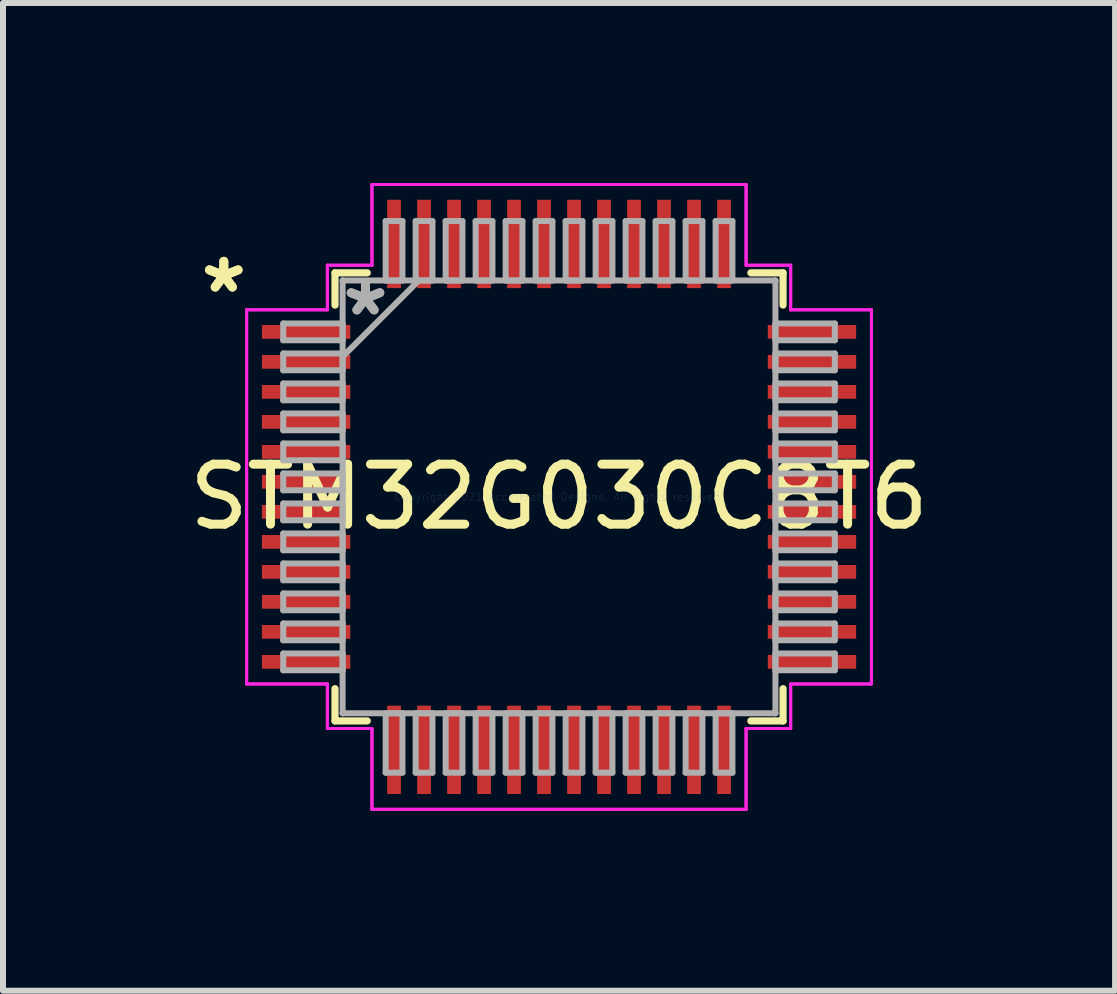
<source format=kicad_pcb>
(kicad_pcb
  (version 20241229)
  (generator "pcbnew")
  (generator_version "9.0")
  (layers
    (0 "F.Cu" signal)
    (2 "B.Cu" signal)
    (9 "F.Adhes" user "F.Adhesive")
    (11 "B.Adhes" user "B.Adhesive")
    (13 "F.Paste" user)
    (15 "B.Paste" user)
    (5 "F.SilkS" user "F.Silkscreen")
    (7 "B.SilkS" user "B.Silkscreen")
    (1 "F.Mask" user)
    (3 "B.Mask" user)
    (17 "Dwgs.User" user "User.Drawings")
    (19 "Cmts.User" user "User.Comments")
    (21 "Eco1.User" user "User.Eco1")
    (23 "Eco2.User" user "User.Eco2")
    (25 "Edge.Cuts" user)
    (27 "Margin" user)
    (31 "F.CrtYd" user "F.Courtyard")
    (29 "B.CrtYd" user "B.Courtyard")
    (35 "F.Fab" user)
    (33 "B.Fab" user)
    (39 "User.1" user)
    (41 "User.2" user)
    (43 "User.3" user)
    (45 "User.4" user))
  (footprint "STM32G030C8T6"
    (layer "F.Cu")
    (at 6.268 5.232)
    (property "Reference" "STM32G030C8T6" (at 0 0 0) (layer "F.SilkS") (effects (font (size 1 1) (thickness 0.15))))
    (attr through_hole)
    (fp_line (start -3.734 -3.734) (end -3.734 -3.197) (stroke (width 0.12) (type solid)) (layer "F.SilkS"))
    (fp_line (start -3.734 3.197) (end -3.734 3.734) (stroke (width 0.12) (type solid)) (layer "F.SilkS"))
    (fp_line (start -3.734 3.734) (end -3.197 3.734) (stroke (width 0.12) (type solid)) (layer "F.SilkS"))
    (fp_line (start -3.197 -3.734) (end -3.734 -3.734) (stroke (width 0.12) (type solid)) (layer "F.SilkS"))
    (fp_line (start 3.197 3.734) (end 3.734 3.734) (stroke (width 0.12) (type solid)) (layer "F.SilkS"))
    (fp_line (start 3.734 -3.734) (end 3.197 -3.734) (stroke (width 0.12) (type solid)) (layer "F.SilkS"))
    (fp_line (start 3.734 -3.197) (end 3.734 -3.734) (stroke (width 0.12) (type solid)) (layer "F.SilkS"))
    (fp_line (start 3.734 3.734) (end 3.734 3.197) (stroke (width 0.12) (type solid)) (layer "F.SilkS"))
    (fp_line (start -5.207 -3.118) (end -3.861 -3.118) (stroke (width 0.05) (type solid)) (layer "F.CrtYd"))
    (fp_line (start -5.207 -3.118) (end -3.861 -3.118) (stroke (width 0.05) (type solid)) (layer "F.CrtYd"))
    (fp_line (start -5.207 3.118) (end -5.207 -3.118) (stroke (width 0.05) (type solid)) (layer "F.CrtYd"))
    (fp_line (start -5.207 3.118) (end -5.207 -3.118) (stroke (width 0.05) (type solid)) (layer "F.CrtYd"))
    (fp_line (start -3.861 -3.861) (end -3.118 -3.861) (stroke (width 0.05) (type solid)) (layer "F.CrtYd"))
    (fp_line (start -3.861 -3.861) (end -3.118 -3.861) (stroke (width 0.05) (type solid)) (layer "F.CrtYd"))
    (fp_line (start -3.861 -3.118) (end -3.861 -3.861) (stroke (width 0.05) (type solid)) (layer "F.CrtYd"))
    (fp_line (start -3.861 -3.118) (end -3.861 -3.861) (stroke (width 0.05) (type solid)) (layer "F.CrtYd"))
    (fp_line (start -3.861 3.118) (end -5.207 3.118) (stroke (width 0.05) (type solid)) (layer "F.CrtYd"))
    (fp_line (start -3.861 3.118) (end -5.207 3.118) (stroke (width 0.05) (type solid)) (layer "F.CrtYd"))
    (fp_line (start -3.861 3.861) (end -3.861 3.118) (stroke (width 0.05) (type solid)) (layer "F.CrtYd"))
    (fp_line (start -3.861 3.861) (end -3.861 3.118) (stroke (width 0.05) (type solid)) (layer "F.CrtYd"))
    (fp_line (start -3.861 3.861) (end -3.118 3.861) (stroke (width 0.05) (type solid)) (layer "F.CrtYd"))
    (fp_line (start -3.118 -5.207) (end 3.118 -5.207) (stroke (width 0.05) (type solid)) (layer "F.CrtYd"))
    (fp_line (start -3.118 -5.207) (end 3.118 -5.207) (stroke (width 0.05) (type solid)) (layer "F.CrtYd"))
    (fp_line (start -3.118 -3.861) (end -3.118 -5.207) (stroke (width 0.05) (type solid)) (layer "F.CrtYd"))
    (fp_line (start -3.118 -3.861) (end -3.118 -5.207) (stroke (width 0.05) (type solid)) (layer "F.CrtYd"))
    (fp_line (start -3.118 3.861) (end -3.861 3.861) (stroke (width 0.05) (type solid)) (layer "F.CrtYd"))
    (fp_line (start -3.118 3.861) (end -3.118 5.207) (stroke (width 0.05) (type solid)) (layer "F.CrtYd"))
    (fp_line (start -3.118 5.207) (end -3.118 3.861) (stroke (width 0.05) (type solid)) (layer "F.CrtYd"))
    (fp_line (start -3.118 5.207) (end 3.118 5.207) (stroke (width 0.05) (type solid)) (layer "F.CrtYd"))
    (fp_line (start 3.118 -5.207) (end 3.118 -3.861) (stroke (width 0.05) (type solid)) (layer "F.CrtYd"))
    (fp_line (start 3.118 -5.207) (end 3.118 -3.861) (stroke (width 0.05) (type solid)) (layer "F.CrtYd"))
    (fp_line (start 3.118 -3.861) (end 3.861 -3.861) (stroke (width 0.05) (type solid)) (layer "F.CrtYd"))
    (fp_line (start 3.118 -3.861) (end 3.861 -3.861) (stroke (width 0.05) (type solid)) (layer "F.CrtYd"))
    (fp_line (start 3.118 3.861) (end 3.118 5.207) (stroke (width 0.05) (type solid)) (layer "F.CrtYd"))
    (fp_line (start 3.118 3.861) (end 3.861 3.861) (stroke (width 0.05) (type solid)) (layer "F.CrtYd"))
    (fp_line (start 3.118 5.207) (end -3.118 5.207) (stroke (width 0.05) (type solid)) (layer "F.CrtYd"))
    (fp_line (start 3.118 5.207) (end 3.118 3.861) (stroke (width 0.05) (type solid)) (layer "F.CrtYd"))
    (fp_line (start 3.861 -3.861) (end 3.861 -3.118) (stroke (width 0.05) (type solid)) (layer "F.CrtYd"))
    (fp_line (start 3.861 -3.118) (end 3.861 -3.861) (stroke (width 0.05) (type solid)) (layer "F.CrtYd"))
    (fp_line (start 3.861 -3.118) (end 5.207 -3.118) (stroke (width 0.05) (type solid)) (layer "F.CrtYd"))
    (fp_line (start 3.861 3.118) (end 3.861 3.861) (stroke (width 0.05) (type solid)) (layer "F.CrtYd"))
    (fp_line (start 3.861 3.118) (end 5.207 3.118) (stroke (width 0.05) (type solid)) (layer "F.CrtYd"))
    (fp_line (start 3.861 3.861) (end 3.118 3.861) (stroke (width 0.05) (type solid)) (layer "F.CrtYd"))
    (fp_line (start 3.861 3.861) (end 3.861 3.118) (stroke (width 0.05) (type solid)) (layer "F.CrtYd"))
    (fp_line (start 5.207 -3.118) (end 3.861 -3.118) (stroke (width 0.05) (type solid)) (layer "F.CrtYd"))
    (fp_line (start 5.207 -3.118) (end 5.207 3.118) (stroke (width 0.05) (type solid)) (layer "F.CrtYd"))
    (fp_line (start 5.207 3.118) (end 3.861 3.118) (stroke (width 0.05) (type solid)) (layer "F.CrtYd"))
    (fp_line (start 5.207 3.118) (end 5.207 -3.118) (stroke (width 0.05) (type solid)) (layer "F.CrtYd"))
    (fp_line (start -4.597 -2.89) (end -4.597 -2.61) (stroke (width 0.1) (type solid)) (layer "F.Fab"))
    (fp_line (start -4.597 -2.61) (end -3.607 -2.61) (stroke (width 0.1) (type solid)) (layer "F.Fab"))
    (fp_line (start -4.597 -2.39) (end -4.597 -2.11) (stroke (width 0.1) (type solid)) (layer "F.Fab"))
    (fp_line (start -4.597 -2.11) (end -3.607 -2.11) (stroke (width 0.1) (type solid)) (layer "F.Fab"))
    (fp_line (start -4.597 -1.89) (end -4.597 -1.61) (stroke (width 0.1) (type solid)) (layer "F.Fab"))
    (fp_line (start -4.597 -1.61) (end -3.607 -1.61) (stroke (width 0.1) (type solid)) (layer "F.Fab"))
    (fp_line (start -4.597 -1.39) (end -4.597 -1.11) (stroke (width 0.1) (type solid)) (layer "F.Fab"))
    (fp_line (start -4.597 -1.11) (end -3.607 -1.11) (stroke (width 0.1) (type solid)) (layer "F.Fab"))
    (fp_line (start -4.597 -0.89) (end -4.597 -0.61) (stroke (width 0.1) (type solid)) (layer "F.Fab"))
    (fp_line (start -4.597 -0.61) (end -3.607 -0.61) (stroke (width 0.1) (type solid)) (layer "F.Fab"))
    (fp_line (start -4.597 -0.39) (end -4.597 -0.11) (stroke (width 0.1) (type solid)) (layer "F.Fab"))
    (fp_line (start -4.597 -0.11) (end -3.607 -0.11) (stroke (width 0.1) (type solid)) (layer "F.Fab"))
    (fp_line (start -4.597 0.11) (end -4.597 0.39) (stroke (width 0.1) (type solid)) (layer "F.Fab"))
    (fp_line (start -4.597 0.39) (end -3.607 0.39) (stroke (width 0.1) (type solid)) (layer "F.Fab"))
    (fp_line (start -4.597 0.61) (end -4.597 0.89) (stroke (width 0.1) (type solid)) (layer "F.Fab"))
    (fp_line (start -4.597 0.89) (end -3.607 0.89) (stroke (width 0.1) (type solid)) (layer "F.Fab"))
    (fp_line (start -4.597 1.11) (end -4.597 1.39) (stroke (width 0.1) (type solid)) (layer "F.Fab"))
    (fp_line (start -4.597 1.39) (end -3.607 1.39) (stroke (width 0.1) (type solid)) (layer "F.Fab"))
    (fp_line (start -4.597 1.61) (end -4.597 1.89) (stroke (width 0.1) (type solid)) (layer "F.Fab"))
    (fp_line (start -4.597 1.89) (end -3.607 1.89) (stroke (width 0.1) (type solid)) (layer "F.Fab"))
    (fp_line (start -4.597 2.11) (end -4.597 2.39) (stroke (width 0.1) (type solid)) (layer "F.Fab"))
    (fp_line (start -4.597 2.39) (end -3.607 2.39) (stroke (width 0.1) (type solid)) (layer "F.Fab"))
    (fp_line (start -4.597 2.61) (end -4.597 2.89) (stroke (width 0.1) (type solid)) (layer "F.Fab"))
    (fp_line (start -4.597 2.89) (end -3.607 2.89) (stroke (width 0.1) (type solid)) (layer "F.Fab"))
    (fp_line (start -3.607 -3.607) (end -3.607 -3.607) (stroke (width 0.1) (type solid)) (layer "F.Fab"))
    (fp_line (start -3.607 -3.607) (end -3.607 3.607) (stroke (width 0.1) (type solid)) (layer "F.Fab"))
    (fp_line (start -3.607 -2.89) (end -4.597 -2.89) (stroke (width 0.1) (type solid)) (layer "F.Fab"))
    (fp_line (start -3.607 -2.61) (end -3.607 -2.89) (stroke (width 0.1) (type solid)) (layer "F.Fab"))
    (fp_line (start -3.607 -2.39) (end -4.597 -2.39) (stroke (width 0.1) (type solid)) (layer "F.Fab"))
    (fp_line (start -3.607 -2.337) (end -2.337 -3.607) (stroke (width 0.1) (type solid)) (layer "F.Fab"))
    (fp_line (start -3.607 -2.11) (end -3.607 -2.39) (stroke (width 0.1) (type solid)) (layer "F.Fab"))
    (fp_line (start -3.607 -1.89) (end -4.597 -1.89) (stroke (width 0.1) (type solid)) (layer "F.Fab"))
    (fp_line (start -3.607 -1.61) (end -3.607 -1.89) (stroke (width 0.1) (type solid)) (layer "F.Fab"))
    (fp_line (start -3.607 -1.39) (end -4.597 -1.39) (stroke (width 0.1) (type solid)) (layer "F.Fab"))
    (fp_line (start -3.607 -1.11) (end -3.607 -1.39) (stroke (width 0.1) (type solid)) (layer "F.Fab"))
    (fp_line (start -3.607 -0.89) (end -4.597 -0.89) (stroke (width 0.1) (type solid)) (layer "F.Fab"))
    (fp_line (start -3.607 -0.61) (end -3.607 -0.89) (stroke (width 0.1) (type solid)) (layer "F.Fab"))
    (fp_line (start -3.607 -0.39) (end -4.597 -0.39) (stroke (width 0.1) (type solid)) (layer "F.Fab"))
    (fp_line (start -3.607 -0.11) (end -3.607 -0.39) (stroke (width 0.1) (type solid)) (layer "F.Fab"))
    (fp_line (start -3.607 0.11) (end -4.597 0.11) (stroke (width 0.1) (type solid)) (layer "F.Fab"))
    (fp_line (start -3.607 0.39) (end -3.607 0.11) (stroke (width 0.1) (type solid)) (layer "F.Fab"))
    (fp_line (start -3.607 0.61) (end -4.597 0.61) (stroke (width 0.1) (type solid)) (layer "F.Fab"))
    (fp_line (start -3.607 0.89) (end -3.607 0.61) (stroke (width 0.1) (type solid)) (layer "F.Fab"))
    (fp_line (start -3.607 1.11) (end -4.597 1.11) (stroke (width 0.1) (type solid)) (layer "F.Fab"))
    (fp_line (start -3.607 1.39) (end -3.607 1.11) (stroke (width 0.1) (type solid)) (layer "F.Fab"))
    (fp_line (start -3.607 1.61) (end -4.597 1.61) (stroke (width 0.1) (type solid)) (layer "F.Fab"))
    (fp_line (start -3.607 1.89) (end -3.607 1.61) (stroke (width 0.1) (type solid)) (layer "F.Fab"))
    (fp_line (start -3.607 2.11) (end -4.597 2.11) (stroke (width 0.1) (type solid)) (layer "F.Fab"))
    (fp_line (start -3.607 2.39) (end -3.607 2.11) (stroke (width 0.1) (type solid)) (layer "F.Fab"))
    (fp_line (start -3.607 2.61) (end -4.597 2.61) (stroke (width 0.1) (type solid)) (layer "F.Fab"))
    (fp_line (start -3.607 2.89) (end -3.607 2.61) (stroke (width 0.1) (type solid)) (layer "F.Fab"))
    (fp_line (start -3.607 3.607) (end -3.607 3.607) (stroke (width 0.1) (type solid)) (layer "F.Fab"))
    (fp_line (start -3.607 3.607) (end 3.607 3.607) (stroke (width 0.1) (type solid)) (layer "F.Fab"))
    (fp_line (start -2.89 -4.597) (end -2.89 -3.607) (stroke (width 0.1) (type solid)) (layer "F.Fab"))
    (fp_line (start -2.89 -3.607) (end -2.61 -3.607) (stroke (width 0.1) (type solid)) (layer "F.Fab"))
    (fp_line (start -2.89 3.607) (end -2.89 4.597) (stroke (width 0.1) (type solid)) (layer "F.Fab"))
    (fp_line (start -2.89 4.597) (end -2.61 4.597) (stroke (width 0.1) (type solid)) (layer "F.Fab"))
    (fp_line (start -2.61 -4.597) (end -2.89 -4.597) (stroke (width 0.1) (type solid)) (layer "F.Fab"))
    (fp_line (start -2.61 -3.607) (end -2.61 -4.597) (stroke (width 0.1) (type solid)) (layer "F.Fab"))
    (fp_line (start -2.61 3.607) (end -2.89 3.607) (stroke (width 0.1) (type solid)) (layer "F.Fab"))
    (fp_line (start -2.61 4.597) (end -2.61 3.607) (stroke (width 0.1) (type solid)) (layer "F.Fab"))
    (fp_line (start -2.39 -4.597) (end -2.39 -3.607) (stroke (width 0.1) (type solid)) (layer "F.Fab"))
    (fp_line (start -2.39 -3.607) (end -2.11 -3.607) (stroke (width 0.1) (type solid)) (layer "F.Fab"))
    (fp_line (start -2.39 3.607) (end -2.39 4.597) (stroke (width 0.1) (type solid)) (layer "F.Fab"))
    (fp_line (start -2.39 4.597) (end -2.11 4.597) (stroke (width 0.1) (type solid)) (layer "F.Fab"))
    (fp_line (start -2.11 -4.597) (end -2.39 -4.597) (stroke (width 0.1) (type solid)) (layer "F.Fab"))
    (fp_line (start -2.11 -3.607) (end -2.11 -4.597) (stroke (width 0.1) (type solid)) (layer "F.Fab"))
    (fp_line (start -2.11 3.607) (end -2.39 3.607) (stroke (width 0.1) (type solid)) (layer "F.Fab"))
    (fp_line (start -2.11 4.597) (end -2.11 3.607) (stroke (width 0.1) (type solid)) (layer "F.Fab"))
    (fp_line (start -1.89 -4.597) (end -1.89 -3.607) (stroke (width 0.1) (type solid)) (layer "F.Fab"))
    (fp_line (start -1.89 -3.607) (end -1.61 -3.607) (stroke (width 0.1) (type solid)) (layer "F.Fab"))
    (fp_line (start -1.89 3.607) (end -1.89 4.597) (stroke (width 0.1) (type solid)) (layer "F.Fab"))
    (fp_line (start -1.89 4.597) (end -1.61 4.597) (stroke (width 0.1) (type solid)) (layer "F.Fab"))
    (fp_line (start -1.61 -4.597) (end -1.89 -4.597) (stroke (width 0.1) (type solid)) (layer "F.Fab"))
    (fp_line (start -1.61 -3.607) (end -1.61 -4.597) (stroke (width 0.1) (type solid)) (layer "F.Fab"))
    (fp_line (start -1.61 3.607) (end -1.89 3.607) (stroke (width 0.1) (type solid)) (layer "F.Fab"))
    (fp_line (start -1.61 4.597) (end -1.61 3.607) (stroke (width 0.1) (type solid)) (layer "F.Fab"))
    (fp_line (start -1.39 -4.597) (end -1.39 -3.607) (stroke (width 0.1) (type solid)) (layer "F.Fab"))
    (fp_line (start -1.39 -3.607) (end -1.11 -3.607) (stroke (width 0.1) (type solid)) (layer "F.Fab"))
    (fp_line (start -1.39 3.607) (end -1.39 4.597) (stroke (width 0.1) (type solid)) (layer "F.Fab"))
    (fp_line (start -1.39 4.597) (end -1.11 4.597) (stroke (width 0.1) (type solid)) (layer "F.Fab"))
    (fp_line (start -1.11 -4.597) (end -1.39 -4.597) (stroke (width 0.1) (type solid)) (layer "F.Fab"))
    (fp_line (start -1.11 -3.607) (end -1.11 -4.597) (stroke (width 0.1) (type solid)) (layer "F.Fab"))
    (fp_line (start -1.11 3.607) (end -1.39 3.607) (stroke (width 0.1) (type solid)) (layer "F.Fab"))
    (fp_line (start -1.11 4.597) (end -1.11 3.607) (stroke (width 0.1) (type solid)) (layer "F.Fab"))
    (fp_line (start -0.89 -4.597) (end -0.89 -3.607) (stroke (width 0.1) (type solid)) (layer "F.Fab"))
    (fp_line (start -0.89 -3.607) (end -0.61 -3.607) (stroke (width 0.1) (type solid)) (layer "F.Fab"))
    (fp_line (start -0.89 3.607) (end -0.89 4.597) (stroke (width 0.1) (type solid)) (layer "F.Fab"))
    (fp_line (start -0.89 4.597) (end -0.61 4.597) (stroke (width 0.1) (type solid)) (layer "F.Fab"))
    (fp_line (start -0.61 -4.597) (end -0.89 -4.597) (stroke (width 0.1) (type solid)) (layer "F.Fab"))
    (fp_line (start -0.61 -3.607) (end -0.61 -4.597) (stroke (width 0.1) (type solid)) (layer "F.Fab"))
    (fp_line (start -0.61 3.607) (end -0.89 3.607) (stroke (width 0.1) (type solid)) (layer "F.Fab"))
    (fp_line (start -0.61 4.597) (end -0.61 3.607) (stroke (width 0.1) (type solid)) (layer "F.Fab"))
    (fp_line (start -0.39 -4.597) (end -0.39 -3.607) (stroke (width 0.1) (type solid)) (layer "F.Fab"))
    (fp_line (start -0.39 -3.607) (end -0.11 -3.607) (stroke (width 0.1) (type solid)) (layer "F.Fab"))
    (fp_line (start -0.39 3.607) (end -0.39 4.597) (stroke (width 0.1) (type solid)) (layer "F.Fab"))
    (fp_line (start -0.39 4.597) (end -0.11 4.597) (stroke (width 0.1) (type solid)) (layer "F.Fab"))
    (fp_line (start -0.11 -4.597) (end -0.39 -4.597) (stroke (width 0.1) (type solid)) (layer "F.Fab"))
    (fp_line (start -0.11 -3.607) (end -0.11 -4.597) (stroke (width 0.1) (type solid)) (layer "F.Fab"))
    (fp_line (start -0.11 3.607) (end -0.39 3.607) (stroke (width 0.1) (type solid)) (layer "F.Fab"))
    (fp_line (start -0.11 4.597) (end -0.11 3.607) (stroke (width 0.1) (type solid)) (layer "F.Fab"))
    (fp_line (start 0.11 -4.597) (end 0.11 -3.607) (stroke (width 0.1) (type solid)) (layer "F.Fab"))
    (fp_line (start 0.11 -3.607) (end 0.39 -3.607) (stroke (width 0.1) (type solid)) (layer "F.Fab"))
    (fp_line (start 0.11 3.607) (end 0.11 4.597) (stroke (width 0.1) (type solid)) (layer "F.Fab"))
    (fp_line (start 0.11 4.597) (end 0.39 4.597) (stroke (width 0.1) (type solid)) (layer "F.Fab"))
    (fp_line (start 0.39 -4.597) (end 0.11 -4.597) (stroke (width 0.1) (type solid)) (layer "F.Fab"))
    (fp_line (start 0.39 -3.607) (end 0.39 -4.597) (stroke (width 0.1) (type solid)) (layer "F.Fab"))
    (fp_line (start 0.39 3.607) (end 0.11 3.607) (stroke (width 0.1) (type solid)) (layer "F.Fab"))
    (fp_line (start 0.39 4.597) (end 0.39 3.607) (stroke (width 0.1) (type solid)) (layer "F.Fab"))
    (fp_line (start 0.61 -4.597) (end 0.61 -3.607) (stroke (width 0.1) (type solid)) (layer "F.Fab"))
    (fp_line (start 0.61 -3.607) (end 0.89 -3.607) (stroke (width 0.1) (type solid)) (layer "F.Fab"))
    (fp_line (start 0.61 3.607) (end 0.61 4.597) (stroke (width 0.1) (type solid)) (layer "F.Fab"))
    (fp_line (start 0.61 4.597) (end 0.89 4.597) (stroke (width 0.1) (type solid)) (layer "F.Fab"))
    (fp_line (start 0.89 -4.597) (end 0.61 -4.597) (stroke (width 0.1) (type solid)) (layer "F.Fab"))
    (fp_line (start 0.89 -3.607) (end 0.89 -4.597) (stroke (width 0.1) (type solid)) (layer "F.Fab"))
    (fp_line (start 0.89 3.607) (end 0.61 3.607) (stroke (width 0.1) (type solid)) (layer "F.Fab"))
    (fp_line (start 0.89 4.597) (end 0.89 3.607) (stroke (width 0.1) (type solid)) (layer "F.Fab"))
    (fp_line (start 1.11 -4.597) (end 1.11 -3.607) (stroke (width 0.1) (type solid)) (layer "F.Fab"))
    (fp_line (start 1.11 -3.607) (end 1.39 -3.607) (stroke (width 0.1) (type solid)) (layer "F.Fab"))
    (fp_line (start 1.11 3.607) (end 1.11 4.597) (stroke (width 0.1) (type solid)) (layer "F.Fab"))
    (fp_line (start 1.11 4.597) (end 1.39 4.597) (stroke (width 0.1) (type solid)) (layer "F.Fab"))
    (fp_line (start 1.39 -4.597) (end 1.11 -4.597) (stroke (width 0.1) (type solid)) (layer "F.Fab"))
    (fp_line (start 1.39 -3.607) (end 1.39 -4.597) (stroke (width 0.1) (type solid)) (layer "F.Fab"))
    (fp_line (start 1.39 3.607) (end 1.11 3.607) (stroke (width 0.1) (type solid)) (layer "F.Fab"))
    (fp_line (start 1.39 4.597) (end 1.39 3.607) (stroke (width 0.1) (type solid)) (layer "F.Fab"))
    (fp_line (start 1.61 -4.597) (end 1.61 -3.607) (stroke (width 0.1) (type solid)) (layer "F.Fab"))
    (fp_line (start 1.61 -3.607) (end 1.89 -3.607) (stroke (width 0.1) (type solid)) (layer "F.Fab"))
    (fp_line (start 1.61 3.607) (end 1.61 4.597) (stroke (width 0.1) (type solid)) (layer "F.Fab"))
    (fp_line (start 1.61 4.597) (end 1.89 4.597) (stroke (width 0.1) (type solid)) (layer "F.Fab"))
    (fp_line (start 1.89 -4.597) (end 1.61 -4.597) (stroke (width 0.1) (type solid)) (layer "F.Fab"))
    (fp_line (start 1.89 -3.607) (end 1.89 -4.597) (stroke (width 0.1) (type solid)) (layer "F.Fab"))
    (fp_line (start 1.89 3.607) (end 1.61 3.607) (stroke (width 0.1) (type solid)) (layer "F.Fab"))
    (fp_line (start 1.89 4.597) (end 1.89 3.607) (stroke (width 0.1) (type solid)) (layer "F.Fab"))
    (fp_line (start 2.11 -4.597) (end 2.11 -3.607) (stroke (width 0.1) (type solid)) (layer "F.Fab"))
    (fp_line (start 2.11 -3.607) (end 2.39 -3.607) (stroke (width 0.1) (type solid)) (layer "F.Fab"))
    (fp_line (start 2.11 3.607) (end 2.11 4.597) (stroke (width 0.1) (type solid)) (layer "F.Fab"))
    (fp_line (start 2.11 4.597) (end 2.39 4.597) (stroke (width 0.1) (type solid)) (layer "F.Fab"))
    (fp_line (start 2.39 -4.597) (end 2.11 -4.597) (stroke (width 0.1) (type solid)) (layer "F.Fab"))
    (fp_line (start 2.39 -3.607) (end 2.39 -4.597) (stroke (width 0.1) (type solid)) (layer "F.Fab"))
    (fp_line (start 2.39 3.607) (end 2.11 3.607) (stroke (width 0.1) (type solid)) (layer "F.Fab"))
    (fp_line (start 2.39 4.597) (end 2.39 3.607) (stroke (width 0.1) (type solid)) (layer "F.Fab"))
    (fp_line (start 2.61 -4.597) (end 2.61 -3.607) (stroke (width 0.1) (type solid)) (layer "F.Fab"))
    (fp_line (start 2.61 -3.607) (end 2.89 -3.607) (stroke (width 0.1) (type solid)) (layer "F.Fab"))
    (fp_line (start 2.61 3.607) (end 2.61 4.597) (stroke (width 0.1) (type solid)) (layer "F.Fab"))
    (fp_line (start 2.61 4.597) (end 2.89 4.597) (stroke (width 0.1) (type solid)) (layer "F.Fab"))
    (fp_line (start 2.89 -4.597) (end 2.61 -4.597) (stroke (width 0.1) (type solid)) (layer "F.Fab"))
    (fp_line (start 2.89 -3.607) (end 2.89 -4.597) (stroke (width 0.1) (type solid)) (layer "F.Fab"))
    (fp_line (start 2.89 3.607) (end 2.61 3.607) (stroke (width 0.1) (type solid)) (layer "F.Fab"))
    (fp_line (start 2.89 4.597) (end 2.89 3.607) (stroke (width 0.1) (type solid)) (layer "F.Fab"))
    (fp_line (start 3.607 -3.607) (end -3.607 -3.607) (stroke (width 0.1) (type solid)) (layer "F.Fab"))
    (fp_line (start 3.607 -3.607) (end 3.607 -3.607) (stroke (width 0.1) (type solid)) (layer "F.Fab"))
    (fp_line (start 3.607 -2.89) (end 3.607 -2.61) (stroke (width 0.1) (type solid)) (layer "F.Fab"))
    (fp_line (start 3.607 -2.61) (end 4.597 -2.61) (stroke (width 0.1) (type solid)) (layer "F.Fab"))
    (fp_line (start 3.607 -2.39) (end 3.607 -2.11) (stroke (width 0.1) (type solid)) (layer "F.Fab"))
    (fp_line (start 3.607 -2.11) (end 4.597 -2.11) (stroke (width 0.1) (type solid)) (layer "F.Fab"))
    (fp_line (start 3.607 -1.89) (end 3.607 -1.61) (stroke (width 0.1) (type solid)) (layer "F.Fab"))
    (fp_line (start 3.607 -1.61) (end 4.597 -1.61) (stroke (width 0.1) (type solid)) (layer "F.Fab"))
    (fp_line (start 3.607 -1.39) (end 3.607 -1.11) (stroke (width 0.1) (type solid)) (layer "F.Fab"))
    (fp_line (start 3.607 -1.11) (end 4.597 -1.11) (stroke (width 0.1) (type solid)) (layer "F.Fab"))
    (fp_line (start 3.607 -0.89) (end 3.607 -0.61) (stroke (width 0.1) (type solid)) (layer "F.Fab"))
    (fp_line (start 3.607 -0.61) (end 4.597 -0.61) (stroke (width 0.1) (type solid)) (layer "F.Fab"))
    (fp_line (start 3.607 -0.39) (end 3.607 -0.11) (stroke (width 0.1) (type solid)) (layer "F.Fab"))
    (fp_line (start 3.607 -0.11) (end 4.597 -0.11) (stroke (width 0.1) (type solid)) (layer "F.Fab"))
    (fp_line (start 3.607 0.11) (end 3.607 0.39) (stroke (width 0.1) (type solid)) (layer "F.Fab"))
    (fp_line (start 3.607 0.39) (end 4.597 0.39) (stroke (width 0.1) (type solid)) (layer "F.Fab"))
    (fp_line (start 3.607 0.61) (end 3.607 0.89) (stroke (width 0.1) (type solid)) (layer "F.Fab"))
    (fp_line (start 3.607 0.89) (end 4.597 0.89) (stroke (width 0.1) (type solid)) (layer "F.Fab"))
    (fp_line (start 3.607 1.11) (end 3.607 1.39) (stroke (width 0.1) (type solid)) (layer "F.Fab"))
    (fp_line (start 3.607 1.39) (end 4.597 1.39) (stroke (width 0.1) (type solid)) (layer "F.Fab"))
    (fp_line (start 3.607 1.61) (end 3.607 1.89) (stroke (width 0.1) (type solid)) (layer "F.Fab"))
    (fp_line (start 3.607 1.89) (end 4.597 1.89) (stroke (width 0.1) (type solid)) (layer "F.Fab"))
    (fp_line (start 3.607 2.11) (end 3.607 2.39) (stroke (width 0.1) (type solid)) (layer "F.Fab"))
    (fp_line (start 3.607 2.39) (end 4.597 2.39) (stroke (width 0.1) (type solid)) (layer "F.Fab"))
    (fp_line (start 3.607 2.61) (end 3.607 2.89) (stroke (width 0.1) (type solid)) (layer "F.Fab"))
    (fp_line (start 3.607 2.89) (end 4.597 2.89) (stroke (width 0.1) (type solid)) (layer "F.Fab"))
    (fp_line (start 3.607 3.607) (end 3.607 -3.607) (stroke (width 0.1) (type solid)) (layer "F.Fab"))
    (fp_line (start 3.607 3.607) (end 3.607 3.607) (stroke (width 0.1) (type solid)) (layer "F.Fab"))
    (fp_line (start 4.597 -2.89) (end 3.607 -2.89) (stroke (width 0.1) (type solid)) (layer "F.Fab"))
    (fp_line (start 4.597 -2.61) (end 4.597 -2.89) (stroke (width 0.1) (type solid)) (layer "F.Fab"))
    (fp_line (start 4.597 -2.39) (end 3.607 -2.39) (stroke (width 0.1) (type solid)) (layer "F.Fab"))
    (fp_line (start 4.597 -2.11) (end 4.597 -2.39) (stroke (width 0.1) (type solid)) (layer "F.Fab"))
    (fp_line (start 4.597 -1.89) (end 3.607 -1.89) (stroke (width 0.1) (type solid)) (layer "F.Fab"))
    (fp_line (start 4.597 -1.61) (end 4.597 -1.89) (stroke (width 0.1) (type solid)) (layer "F.Fab"))
    (fp_line (start 4.597 -1.39) (end 3.607 -1.39) (stroke (width 0.1) (type solid)) (layer "F.Fab"))
    (fp_line (start 4.597 -1.11) (end 4.597 -1.39) (stroke (width 0.1) (type solid)) (layer "F.Fab"))
    (fp_line (start 4.597 -0.89) (end 3.607 -0.89) (stroke (width 0.1) (type solid)) (layer "F.Fab"))
    (fp_line (start 4.597 -0.61) (end 4.597 -0.89) (stroke (width 0.1) (type solid)) (layer "F.Fab"))
    (fp_line (start 4.597 -0.39) (end 3.607 -0.39) (stroke (width 0.1) (type solid)) (layer "F.Fab"))
    (fp_line (start 4.597 -0.11) (end 4.597 -0.39) (stroke (width 0.1) (type solid)) (layer "F.Fab"))
    (fp_line (start 4.597 0.11) (end 3.607 0.11) (stroke (width 0.1) (type solid)) (layer "F.Fab"))
    (fp_line (start 4.597 0.39) (end 4.597 0.11) (stroke (width 0.1) (type solid)) (layer "F.Fab"))
    (fp_line (start 4.597 0.61) (end 3.607 0.61) (stroke (width 0.1) (type solid)) (layer "F.Fab"))
    (fp_line (start 4.597 0.89) (end 4.597 0.61) (stroke (width 0.1) (type solid)) (layer "F.Fab"))
    (fp_line (start 4.597 1.11) (end 3.607 1.11) (stroke (width 0.1) (type solid)) (layer "F.Fab"))
    (fp_line (start 4.597 1.39) (end 4.597 1.11) (stroke (width 0.1) (type solid)) (layer "F.Fab"))
    (fp_line (start 4.597 1.61) (end 3.607 1.61) (stroke (width 0.1) (type solid)) (layer "F.Fab"))
    (fp_line (start 4.597 1.89) (end 4.597 1.61) (stroke (width 0.1) (type solid)) (layer "F.Fab"))
    (fp_line (start 4.597 2.11) (end 3.607 2.11) (stroke (width 0.1) (type solid)) (layer "F.Fab"))
    (fp_line (start 4.597 2.39) (end 4.597 2.11) (stroke (width 0.1) (type solid)) (layer "F.Fab"))
    (fp_line (start 4.597 2.61) (end 3.607 2.61) (stroke (width 0.1) (type solid)) (layer "F.Fab"))
    (fp_line (start 4.597 2.89) (end 4.597 2.61) (stroke (width 0.1) (type solid)) (layer "F.Fab"))
    (fp_text user "*" (at -5.588 -3.381 0) (layer "F.SilkS") (effects (font (size 1 1) (thickness 0.15))))
    (fp_text user "*" (at -5.588 -3.381 0) (layer "F.SilkS") (effects (font (size 1 1) (thickness 0.15))))
    (fp_text user "Copyright 2021 Accelerated Designs. All rights reserved." (at 0 0 0) (layer "Cmts.User") (effects (font (size 0.127 0.127) (thickness 0.002))))
    (fp_text user "*" (at -3.226 -3 0) (layer "F.Fab") (effects (font (size 1 1) (thickness 0.15))))
    (fp_text user "*" (at -3.226 -3 0) (layer "F.Fab") (effects (font (size 1 1) (thickness 0.15))))
    (pad "1" smd rect (at -4.216 -2.75 90) (size 0.229 1.473) (layers "F.Cu" "F.Mask" "F.Paste"))
    (pad "2" smd rect (at -4.216 -2.25 90) (size 0.229 1.473) (layers "F.Cu" "F.Mask" "F.Paste"))
    (pad "3" smd rect (at -4.216 -1.75 90) (size 0.229 1.473) (layers "F.Cu" "F.Mask" "F.Paste"))
    (pad "4" smd rect (at -4.216 -1.25 90) (size 0.229 1.473) (layers "F.Cu" "F.Mask" "F.Paste"))
    (pad "5" smd rect (at -4.216 -0.75 90) (size 0.229 1.473) (layers "F.Cu" "F.Mask" "F.Paste"))
    (pad "6" smd rect (at -4.216 -0.25 90) (size 0.229 1.473) (layers "F.Cu" "F.Mask" "F.Paste"))
    (pad "7" smd rect (at -4.216 0.25 90) (size 0.229 1.473) (layers "F.Cu" "F.Mask" "F.Paste"))
    (pad "8" smd rect (at -4.216 0.75 90) (size 0.229 1.473) (layers "F.Cu" "F.Mask" "F.Paste"))
    (pad "9" smd rect (at -4.216 1.25 90) (size 0.229 1.473) (layers "F.Cu" "F.Mask" "F.Paste"))
    (pad "10" smd rect (at -4.216 1.75 90) (size 0.229 1.473) (layers "F.Cu" "F.Mask" "F.Paste"))
    (pad "11" smd rect (at -4.216 2.25 90) (size 0.229 1.473) (layers "F.Cu" "F.Mask" "F.Paste"))
    (pad "12" smd rect (at -4.216 2.75 90) (size 0.229 1.473) (layers "F.Cu" "F.Mask" "F.Paste"))
    (pad "13" smd rect (at -2.75 4.216) (size 0.229 1.473) (layers "F.Cu" "F.Mask" "F.Paste"))
    (pad "14" smd rect (at -2.25 4.216) (size 0.229 1.473) (layers "F.Cu" "F.Mask" "F.Paste"))
    (pad "15" smd rect (at -1.75 4.216) (size 0.229 1.473) (layers "F.Cu" "F.Mask" "F.Paste"))
    (pad "16" smd rect (at -1.25 4.216) (size 0.229 1.473) (layers "F.Cu" "F.Mask" "F.Paste"))
    (pad "17" smd rect (at -0.75 4.216) (size 0.229 1.473) (layers "F.Cu" "F.Mask" "F.Paste"))
    (pad "18" smd rect (at -0.25 4.216) (size 0.229 1.473) (layers "F.Cu" "F.Mask" "F.Paste"))
    (pad "19" smd rect (at 0.25 4.216) (size 0.229 1.473) (layers "F.Cu" "F.Mask" "F.Paste"))
    (pad "20" smd rect (at 0.75 4.216) (size 0.229 1.473) (layers "F.Cu" "F.Mask" "F.Paste"))
    (pad "21" smd rect (at 1.25 4.216) (size 0.229 1.473) (layers "F.Cu" "F.Mask" "F.Paste"))
    (pad "22" smd rect (at 1.75 4.216) (size 0.229 1.473) (layers "F.Cu" "F.Mask" "F.Paste"))
    (pad "23" smd rect (at 2.25 4.216) (size 0.229 1.473) (layers "F.Cu" "F.Mask" "F.Paste"))
    (pad "24" smd rect (at 2.75 4.216) (size 0.229 1.473) (layers "F.Cu" "F.Mask" "F.Paste"))
    (pad "25" smd rect (at 4.216 2.75 90) (size 0.229 1.473) (layers "F.Cu" "F.Mask" "F.Paste"))
    (pad "26" smd rect (at 4.216 2.25 90) (size 0.229 1.473) (layers "F.Cu" "F.Mask" "F.Paste"))
    (pad "27" smd rect (at 4.216 1.75 90) (size 0.229 1.473) (layers "F.Cu" "F.Mask" "F.Paste"))
    (pad "28" smd rect (at 4.216 1.25 90) (size 0.229 1.473) (layers "F.Cu" "F.Mask" "F.Paste"))
    (pad "29" smd rect (at 4.216 0.75 90) (size 0.229 1.473) (layers "F.Cu" "F.Mask" "F.Paste"))
    (pad "30" smd rect (at 4.216 0.25 90) (size 0.229 1.473) (layers "F.Cu" "F.Mask" "F.Paste"))
    (pad "31" smd rect (at 4.216 -0.25 90) (size 0.229 1.473) (layers "F.Cu" "F.Mask" "F.Paste"))
    (pad "32" smd rect (at 4.216 -0.75 90) (size 0.229 1.473) (layers "F.Cu" "F.Mask" "F.Paste"))
    (pad "33" smd rect (at 4.216 -1.25 90) (size 0.229 1.473) (layers "F.Cu" "F.Mask" "F.Paste"))
    (pad "34" smd rect (at 4.216 -1.75 90) (size 0.229 1.473) (layers "F.Cu" "F.Mask" "F.Paste"))
    (pad "35" smd rect (at 4.216 -2.25 90) (size 0.229 1.473) (layers "F.Cu" "F.Mask" "F.Paste"))
    (pad "36" smd rect (at 4.216 -2.75 90) (size 0.229 1.473) (layers "F.Cu" "F.Mask" "F.Paste"))
    (pad "37" smd rect (at 2.75 -4.216) (size 0.229 1.473) (layers "F.Cu" "F.Mask" "F.Paste"))
    (pad "38" smd rect (at 2.25 -4.216) (size 0.229 1.473) (layers "F.Cu" "F.Mask" "F.Paste"))
    (pad "39" smd rect (at 1.75 -4.216) (size 0.229 1.473) (layers "F.Cu" "F.Mask" "F.Paste"))
    (pad "40" smd rect (at 1.25 -4.216) (size 0.229 1.473) (layers "F.Cu" "F.Mask" "F.Paste"))
    (pad "41" smd rect (at 0.75 -4.216) (size 0.229 1.473) (layers "F.Cu" "F.Mask" "F.Paste"))
    (pad "42" smd rect (at 0.25 -4.216) (size 0.229 1.473) (layers "F.Cu" "F.Mask" "F.Paste"))
    (pad "43" smd rect (at -0.25 -4.216) (size 0.229 1.473) (layers "F.Cu" "F.Mask" "F.Paste"))
    (pad "44" smd rect (at -0.75 -4.216) (size 0.229 1.473) (layers "F.Cu" "F.Mask" "F.Paste"))
    (pad "45" smd rect (at -1.25 -4.216) (size 0.229 1.473) (layers "F.Cu" "F.Mask" "F.Paste"))
    (pad "46" smd rect (at -1.75 -4.216) (size 0.229 1.473) (layers "F.Cu" "F.Mask" "F.Paste"))
    (pad "47" smd rect (at -2.25 -4.216) (size 0.229 1.473) (layers "F.Cu" "F.Mask" "F.Paste"))
    (pad "48" smd rect (at -2.75 -4.216) (size 0.229 1.473) (layers "F.Cu" "F.Mask" "F.Paste")))
  (gr_rect
    (start -3 -3)
    (end 15.536 13.464)
    (stroke (width 0.1) (type default))
    (fill no)
    (layer "Edge.Cuts")))
</source>
